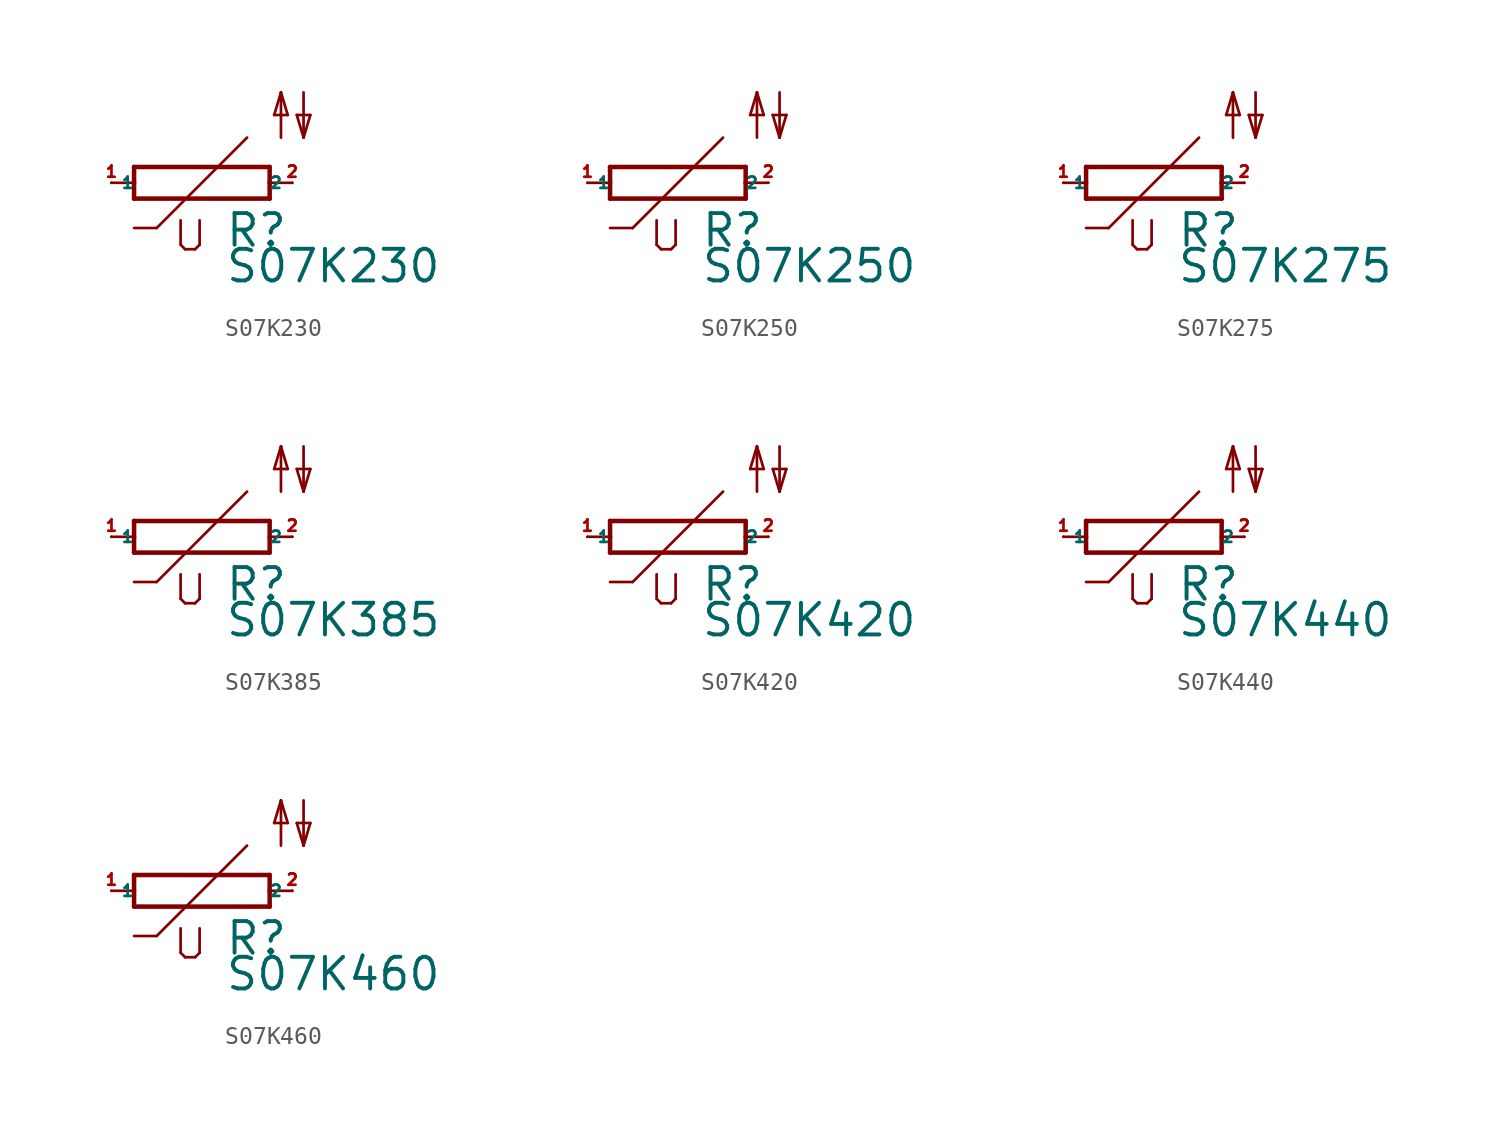
<source format=kicad_sym>
(kicad_symbol_lib
  (version 20220914)
  (generator Eagle2Kicad)
  (symbol "S07K230"
    (property "Reference" "R"
      (at 1.27 -3.708 0)
      (effects (font (size 1.778 1.778) (thickness 0.22)) (justify left bottom)))
    (property "Value" "S07K230"
      (at 1.27 -5.715 0)
      (effects (font (size 1.778 1.778) (thickness 0.22)) (justify left bottom)))
    (polyline
      (pts (xy -3.81 -0.889) (xy 3.81 -0.889))
      (stroke (width 0.254) (type default))
      (fill (type none)))
    (polyline
      (pts (xy 3.81 -0.889) (xy 3.81 0))
      (stroke (width 0.254) (type default))
      (fill (type none)))
    (polyline
      (pts (xy 3.81 0.889) (xy -3.81 0.889))
      (stroke (width 0.254) (type default))
      (fill (type none)))
    (polyline
      (pts (xy -3.81 -0.889) (xy -3.81 0))
      (stroke (width 0.254) (type default))
      (fill (type none)))
    (polyline
      (pts (xy 3.81 0) (xy 5.08 0))
      (stroke (width 0.152) (type default))
      (fill (type none)))
    (polyline
      (pts (xy 3.81 0) (xy 3.81 0.889))
      (stroke (width 0.254) (type default))
      (fill (type none)))
    (polyline
      (pts (xy -5.08 0) (xy -3.81 0))
      (stroke (width 0.152) (type default))
      (fill (type none)))
    (polyline
      (pts (xy -3.81 0) (xy -3.81 0.889))
      (stroke (width 0.254) (type default))
      (fill (type none)))
    (polyline
      (pts (xy 2.54 2.54) (xy -2.54 -2.54))
      (stroke (width 0.152) (type default))
      (fill (type none)))
    (polyline
      (pts (xy -2.54 -2.54) (xy -3.81 -2.54))
      (stroke (width 0.152) (type default))
      (fill (type none)))
    (polyline
      (pts (xy -1.194 -2.108) (xy -1.194 -3.48))
      (stroke (width 0.152) (type default))
      (fill (type none)))
    (polyline
      (pts (xy -0.94 -3.734) (xy -1.194 -3.48))
      (stroke (width 0.152) (type default))
      (fill (type none)))
    (polyline
      (pts (xy -0.94 -3.734) (xy -0.381 -3.734))
      (stroke (width 0.152) (type default))
      (fill (type none)))
    (polyline
      (pts (xy -0.127 -3.48) (xy -0.381 -3.734))
      (stroke (width 0.152) (type default))
      (fill (type none)))
    (polyline
      (pts (xy -0.127 -3.48) (xy -0.127 -2.108))
      (stroke (width 0.152) (type default))
      (fill (type none)))
    (polyline
      (pts (xy 5.715 5.08) (xy 5.715 2.54))
      (stroke (width 0.152) (type default))
      (fill (type none)))
    (polyline
      (pts (xy 5.715 2.54) (xy 6.096 3.81))
      (stroke (width 0.152) (type default))
      (fill (type none)))
    (polyline
      (pts (xy 6.096 3.81) (xy 5.334 3.81))
      (stroke (width 0.152) (type default))
      (fill (type none)))
    (polyline
      (pts (xy 5.334 3.81) (xy 5.715 2.54))
      (stroke (width 0.152) (type default))
      (fill (type none)))
    (polyline
      (pts (xy 4.445 2.54) (xy 4.445 5.08))
      (stroke (width 0.152) (type default))
      (fill (type none)))
    (polyline
      (pts (xy 4.445 5.08) (xy 4.826 3.81))
      (stroke (width 0.152) (type default))
      (fill (type none)))
    (polyline
      (pts (xy 4.826 3.81) (xy 4.064 3.81))
      (stroke (width 0.152) (type default))
      (fill (type none)))
    (polyline
      (pts (xy 4.064 3.81) (xy 4.445 5.08))
      (stroke (width 0.152) (type default))
      (fill (type none)))
    (pin passive line
      (at 5.08 0 180)
      (length 0)
      (name "2" (effects (font (size 0.635 0.635) (thickness 0.08)) (justify left bottom)))
      (number "2" (effects (font (size 0.635 0.635) (thickness 0.08)) (justify left bottom))))
    (pin passive line
      (at -5.08 0 0)
      (length 0)
      (name "1" (effects (font (size 0.635 0.635) (thickness 0.08)) (justify left bottom)))
      (number "1" (effects (font (size 0.635 0.635) (thickness 0.08)) (justify left bottom)))))
  (symbol "S07K250"
    (property "Reference" "R"
      (at 1.27 -3.708 0)
      (effects (font (size 1.778 1.778) (thickness 0.22)) (justify left bottom)))
    (property "Value" "S07K250"
      (at 1.27 -5.715 0)
      (effects (font (size 1.778 1.778) (thickness 0.22)) (justify left bottom)))
    (polyline
      (pts (xy -3.81 -0.889) (xy 3.81 -0.889))
      (stroke (width 0.254) (type default))
      (fill (type none)))
    (polyline
      (pts (xy 3.81 -0.889) (xy 3.81 0))
      (stroke (width 0.254) (type default))
      (fill (type none)))
    (polyline
      (pts (xy 3.81 0.889) (xy -3.81 0.889))
      (stroke (width 0.254) (type default))
      (fill (type none)))
    (polyline
      (pts (xy -3.81 -0.889) (xy -3.81 0))
      (stroke (width 0.254) (type default))
      (fill (type none)))
    (polyline
      (pts (xy 3.81 0) (xy 5.08 0))
      (stroke (width 0.152) (type default))
      (fill (type none)))
    (polyline
      (pts (xy 3.81 0) (xy 3.81 0.889))
      (stroke (width 0.254) (type default))
      (fill (type none)))
    (polyline
      (pts (xy -5.08 0) (xy -3.81 0))
      (stroke (width 0.152) (type default))
      (fill (type none)))
    (polyline
      (pts (xy -3.81 0) (xy -3.81 0.889))
      (stroke (width 0.254) (type default))
      (fill (type none)))
    (polyline
      (pts (xy 2.54 2.54) (xy -2.54 -2.54))
      (stroke (width 0.152) (type default))
      (fill (type none)))
    (polyline
      (pts (xy -2.54 -2.54) (xy -3.81 -2.54))
      (stroke (width 0.152) (type default))
      (fill (type none)))
    (polyline
      (pts (xy -1.194 -2.108) (xy -1.194 -3.48))
      (stroke (width 0.152) (type default))
      (fill (type none)))
    (polyline
      (pts (xy -0.94 -3.734) (xy -1.194 -3.48))
      (stroke (width 0.152) (type default))
      (fill (type none)))
    (polyline
      (pts (xy -0.94 -3.734) (xy -0.381 -3.734))
      (stroke (width 0.152) (type default))
      (fill (type none)))
    (polyline
      (pts (xy -0.127 -3.48) (xy -0.381 -3.734))
      (stroke (width 0.152) (type default))
      (fill (type none)))
    (polyline
      (pts (xy -0.127 -3.48) (xy -0.127 -2.108))
      (stroke (width 0.152) (type default))
      (fill (type none)))
    (polyline
      (pts (xy 5.715 5.08) (xy 5.715 2.54))
      (stroke (width 0.152) (type default))
      (fill (type none)))
    (polyline
      (pts (xy 5.715 2.54) (xy 6.096 3.81))
      (stroke (width 0.152) (type default))
      (fill (type none)))
    (polyline
      (pts (xy 6.096 3.81) (xy 5.334 3.81))
      (stroke (width 0.152) (type default))
      (fill (type none)))
    (polyline
      (pts (xy 5.334 3.81) (xy 5.715 2.54))
      (stroke (width 0.152) (type default))
      (fill (type none)))
    (polyline
      (pts (xy 4.445 2.54) (xy 4.445 5.08))
      (stroke (width 0.152) (type default))
      (fill (type none)))
    (polyline
      (pts (xy 4.445 5.08) (xy 4.826 3.81))
      (stroke (width 0.152) (type default))
      (fill (type none)))
    (polyline
      (pts (xy 4.826 3.81) (xy 4.064 3.81))
      (stroke (width 0.152) (type default))
      (fill (type none)))
    (polyline
      (pts (xy 4.064 3.81) (xy 4.445 5.08))
      (stroke (width 0.152) (type default))
      (fill (type none)))
    (pin passive line
      (at 5.08 0 180)
      (length 0)
      (name "2" (effects (font (size 0.635 0.635) (thickness 0.08)) (justify left bottom)))
      (number "2" (effects (font (size 0.635 0.635) (thickness 0.08)) (justify left bottom))))
    (pin passive line
      (at -5.08 0 0)
      (length 0)
      (name "1" (effects (font (size 0.635 0.635) (thickness 0.08)) (justify left bottom)))
      (number "1" (effects (font (size 0.635 0.635) (thickness 0.08)) (justify left bottom)))))
  (symbol "S07K275"
    (property "Reference" "R"
      (at 1.27 -3.708 0)
      (effects (font (size 1.778 1.778) (thickness 0.22)) (justify left bottom)))
    (property "Value" "S07K275"
      (at 1.27 -5.715 0)
      (effects (font (size 1.778 1.778) (thickness 0.22)) (justify left bottom)))
    (polyline
      (pts (xy -3.81 -0.889) (xy 3.81 -0.889))
      (stroke (width 0.254) (type default))
      (fill (type none)))
    (polyline
      (pts (xy 3.81 -0.889) (xy 3.81 0))
      (stroke (width 0.254) (type default))
      (fill (type none)))
    (polyline
      (pts (xy 3.81 0.889) (xy -3.81 0.889))
      (stroke (width 0.254) (type default))
      (fill (type none)))
    (polyline
      (pts (xy -3.81 -0.889) (xy -3.81 0))
      (stroke (width 0.254) (type default))
      (fill (type none)))
    (polyline
      (pts (xy 3.81 0) (xy 5.08 0))
      (stroke (width 0.152) (type default))
      (fill (type none)))
    (polyline
      (pts (xy 3.81 0) (xy 3.81 0.889))
      (stroke (width 0.254) (type default))
      (fill (type none)))
    (polyline
      (pts (xy -5.08 0) (xy -3.81 0))
      (stroke (width 0.152) (type default))
      (fill (type none)))
    (polyline
      (pts (xy -3.81 0) (xy -3.81 0.889))
      (stroke (width 0.254) (type default))
      (fill (type none)))
    (polyline
      (pts (xy 2.54 2.54) (xy -2.54 -2.54))
      (stroke (width 0.152) (type default))
      (fill (type none)))
    (polyline
      (pts (xy -2.54 -2.54) (xy -3.81 -2.54))
      (stroke (width 0.152) (type default))
      (fill (type none)))
    (polyline
      (pts (xy -1.194 -2.108) (xy -1.194 -3.48))
      (stroke (width 0.152) (type default))
      (fill (type none)))
    (polyline
      (pts (xy -0.94 -3.734) (xy -1.194 -3.48))
      (stroke (width 0.152) (type default))
      (fill (type none)))
    (polyline
      (pts (xy -0.94 -3.734) (xy -0.381 -3.734))
      (stroke (width 0.152) (type default))
      (fill (type none)))
    (polyline
      (pts (xy -0.127 -3.48) (xy -0.381 -3.734))
      (stroke (width 0.152) (type default))
      (fill (type none)))
    (polyline
      (pts (xy -0.127 -3.48) (xy -0.127 -2.108))
      (stroke (width 0.152) (type default))
      (fill (type none)))
    (polyline
      (pts (xy 5.715 5.08) (xy 5.715 2.54))
      (stroke (width 0.152) (type default))
      (fill (type none)))
    (polyline
      (pts (xy 5.715 2.54) (xy 6.096 3.81))
      (stroke (width 0.152) (type default))
      (fill (type none)))
    (polyline
      (pts (xy 6.096 3.81) (xy 5.334 3.81))
      (stroke (width 0.152) (type default))
      (fill (type none)))
    (polyline
      (pts (xy 5.334 3.81) (xy 5.715 2.54))
      (stroke (width 0.152) (type default))
      (fill (type none)))
    (polyline
      (pts (xy 4.445 2.54) (xy 4.445 5.08))
      (stroke (width 0.152) (type default))
      (fill (type none)))
    (polyline
      (pts (xy 4.445 5.08) (xy 4.826 3.81))
      (stroke (width 0.152) (type default))
      (fill (type none)))
    (polyline
      (pts (xy 4.826 3.81) (xy 4.064 3.81))
      (stroke (width 0.152) (type default))
      (fill (type none)))
    (polyline
      (pts (xy 4.064 3.81) (xy 4.445 5.08))
      (stroke (width 0.152) (type default))
      (fill (type none)))
    (pin passive line
      (at 5.08 0 180)
      (length 0)
      (name "2" (effects (font (size 0.635 0.635) (thickness 0.08)) (justify left bottom)))
      (number "2" (effects (font (size 0.635 0.635) (thickness 0.08)) (justify left bottom))))
    (pin passive line
      (at -5.08 0 0)
      (length 0)
      (name "1" (effects (font (size 0.635 0.635) (thickness 0.08)) (justify left bottom)))
      (number "1" (effects (font (size 0.635 0.635) (thickness 0.08)) (justify left bottom)))))
  (symbol "S07K385"
    (property "Reference" "R"
      (at 1.27 -3.708 0)
      (effects (font (size 1.778 1.778) (thickness 0.22)) (justify left bottom)))
    (property "Value" "S07K385"
      (at 1.27 -5.715 0)
      (effects (font (size 1.778 1.778) (thickness 0.22)) (justify left bottom)))
    (polyline
      (pts (xy -3.81 -0.889) (xy 3.81 -0.889))
      (stroke (width 0.254) (type default))
      (fill (type none)))
    (polyline
      (pts (xy 3.81 -0.889) (xy 3.81 0))
      (stroke (width 0.254) (type default))
      (fill (type none)))
    (polyline
      (pts (xy 3.81 0.889) (xy -3.81 0.889))
      (stroke (width 0.254) (type default))
      (fill (type none)))
    (polyline
      (pts (xy -3.81 -0.889) (xy -3.81 0))
      (stroke (width 0.254) (type default))
      (fill (type none)))
    (polyline
      (pts (xy 3.81 0) (xy 5.08 0))
      (stroke (width 0.152) (type default))
      (fill (type none)))
    (polyline
      (pts (xy 3.81 0) (xy 3.81 0.889))
      (stroke (width 0.254) (type default))
      (fill (type none)))
    (polyline
      (pts (xy -5.08 0) (xy -3.81 0))
      (stroke (width 0.152) (type default))
      (fill (type none)))
    (polyline
      (pts (xy -3.81 0) (xy -3.81 0.889))
      (stroke (width 0.254) (type default))
      (fill (type none)))
    (polyline
      (pts (xy 2.54 2.54) (xy -2.54 -2.54))
      (stroke (width 0.152) (type default))
      (fill (type none)))
    (polyline
      (pts (xy -2.54 -2.54) (xy -3.81 -2.54))
      (stroke (width 0.152) (type default))
      (fill (type none)))
    (polyline
      (pts (xy -1.194 -2.108) (xy -1.194 -3.48))
      (stroke (width 0.152) (type default))
      (fill (type none)))
    (polyline
      (pts (xy -0.94 -3.734) (xy -1.194 -3.48))
      (stroke (width 0.152) (type default))
      (fill (type none)))
    (polyline
      (pts (xy -0.94 -3.734) (xy -0.381 -3.734))
      (stroke (width 0.152) (type default))
      (fill (type none)))
    (polyline
      (pts (xy -0.127 -3.48) (xy -0.381 -3.734))
      (stroke (width 0.152) (type default))
      (fill (type none)))
    (polyline
      (pts (xy -0.127 -3.48) (xy -0.127 -2.108))
      (stroke (width 0.152) (type default))
      (fill (type none)))
    (polyline
      (pts (xy 5.715 5.08) (xy 5.715 2.54))
      (stroke (width 0.152) (type default))
      (fill (type none)))
    (polyline
      (pts (xy 5.715 2.54) (xy 6.096 3.81))
      (stroke (width 0.152) (type default))
      (fill (type none)))
    (polyline
      (pts (xy 6.096 3.81) (xy 5.334 3.81))
      (stroke (width 0.152) (type default))
      (fill (type none)))
    (polyline
      (pts (xy 5.334 3.81) (xy 5.715 2.54))
      (stroke (width 0.152) (type default))
      (fill (type none)))
    (polyline
      (pts (xy 4.445 2.54) (xy 4.445 5.08))
      (stroke (width 0.152) (type default))
      (fill (type none)))
    (polyline
      (pts (xy 4.445 5.08) (xy 4.826 3.81))
      (stroke (width 0.152) (type default))
      (fill (type none)))
    (polyline
      (pts (xy 4.826 3.81) (xy 4.064 3.81))
      (stroke (width 0.152) (type default))
      (fill (type none)))
    (polyline
      (pts (xy 4.064 3.81) (xy 4.445 5.08))
      (stroke (width 0.152) (type default))
      (fill (type none)))
    (pin passive line
      (at 5.08 0 180)
      (length 0)
      (name "2" (effects (font (size 0.635 0.635) (thickness 0.08)) (justify left bottom)))
      (number "2" (effects (font (size 0.635 0.635) (thickness 0.08)) (justify left bottom))))
    (pin passive line
      (at -5.08 0 0)
      (length 0)
      (name "1" (effects (font (size 0.635 0.635) (thickness 0.08)) (justify left bottom)))
      (number "1" (effects (font (size 0.635 0.635) (thickness 0.08)) (justify left bottom)))))
  (symbol "S07K420"
    (property "Reference" "R"
      (at 1.27 -3.708 0)
      (effects (font (size 1.778 1.778) (thickness 0.22)) (justify left bottom)))
    (property "Value" "S07K420"
      (at 1.27 -5.715 0)
      (effects (font (size 1.778 1.778) (thickness 0.22)) (justify left bottom)))
    (polyline
      (pts (xy -3.81 -0.889) (xy 3.81 -0.889))
      (stroke (width 0.254) (type default))
      (fill (type none)))
    (polyline
      (pts (xy 3.81 -0.889) (xy 3.81 0))
      (stroke (width 0.254) (type default))
      (fill (type none)))
    (polyline
      (pts (xy 3.81 0.889) (xy -3.81 0.889))
      (stroke (width 0.254) (type default))
      (fill (type none)))
    (polyline
      (pts (xy -3.81 -0.889) (xy -3.81 0))
      (stroke (width 0.254) (type default))
      (fill (type none)))
    (polyline
      (pts (xy 3.81 0) (xy 5.08 0))
      (stroke (width 0.152) (type default))
      (fill (type none)))
    (polyline
      (pts (xy 3.81 0) (xy 3.81 0.889))
      (stroke (width 0.254) (type default))
      (fill (type none)))
    (polyline
      (pts (xy -5.08 0) (xy -3.81 0))
      (stroke (width 0.152) (type default))
      (fill (type none)))
    (polyline
      (pts (xy -3.81 0) (xy -3.81 0.889))
      (stroke (width 0.254) (type default))
      (fill (type none)))
    (polyline
      (pts (xy 2.54 2.54) (xy -2.54 -2.54))
      (stroke (width 0.152) (type default))
      (fill (type none)))
    (polyline
      (pts (xy -2.54 -2.54) (xy -3.81 -2.54))
      (stroke (width 0.152) (type default))
      (fill (type none)))
    (polyline
      (pts (xy -1.194 -2.108) (xy -1.194 -3.48))
      (stroke (width 0.152) (type default))
      (fill (type none)))
    (polyline
      (pts (xy -0.94 -3.734) (xy -1.194 -3.48))
      (stroke (width 0.152) (type default))
      (fill (type none)))
    (polyline
      (pts (xy -0.94 -3.734) (xy -0.381 -3.734))
      (stroke (width 0.152) (type default))
      (fill (type none)))
    (polyline
      (pts (xy -0.127 -3.48) (xy -0.381 -3.734))
      (stroke (width 0.152) (type default))
      (fill (type none)))
    (polyline
      (pts (xy -0.127 -3.48) (xy -0.127 -2.108))
      (stroke (width 0.152) (type default))
      (fill (type none)))
    (polyline
      (pts (xy 5.715 5.08) (xy 5.715 2.54))
      (stroke (width 0.152) (type default))
      (fill (type none)))
    (polyline
      (pts (xy 5.715 2.54) (xy 6.096 3.81))
      (stroke (width 0.152) (type default))
      (fill (type none)))
    (polyline
      (pts (xy 6.096 3.81) (xy 5.334 3.81))
      (stroke (width 0.152) (type default))
      (fill (type none)))
    (polyline
      (pts (xy 5.334 3.81) (xy 5.715 2.54))
      (stroke (width 0.152) (type default))
      (fill (type none)))
    (polyline
      (pts (xy 4.445 2.54) (xy 4.445 5.08))
      (stroke (width 0.152) (type default))
      (fill (type none)))
    (polyline
      (pts (xy 4.445 5.08) (xy 4.826 3.81))
      (stroke (width 0.152) (type default))
      (fill (type none)))
    (polyline
      (pts (xy 4.826 3.81) (xy 4.064 3.81))
      (stroke (width 0.152) (type default))
      (fill (type none)))
    (polyline
      (pts (xy 4.064 3.81) (xy 4.445 5.08))
      (stroke (width 0.152) (type default))
      (fill (type none)))
    (pin passive line
      (at 5.08 0 180)
      (length 0)
      (name "2" (effects (font (size 0.635 0.635) (thickness 0.08)) (justify left bottom)))
      (number "2" (effects (font (size 0.635 0.635) (thickness 0.08)) (justify left bottom))))
    (pin passive line
      (at -5.08 0 0)
      (length 0)
      (name "1" (effects (font (size 0.635 0.635) (thickness 0.08)) (justify left bottom)))
      (number "1" (effects (font (size 0.635 0.635) (thickness 0.08)) (justify left bottom)))))
  (symbol "S07K440"
    (property "Reference" "R"
      (at 1.27 -3.708 0)
      (effects (font (size 1.778 1.778) (thickness 0.22)) (justify left bottom)))
    (property "Value" "S07K440"
      (at 1.27 -5.715 0)
      (effects (font (size 1.778 1.778) (thickness 0.22)) (justify left bottom)))
    (polyline
      (pts (xy -3.81 -0.889) (xy 3.81 -0.889))
      (stroke (width 0.254) (type default))
      (fill (type none)))
    (polyline
      (pts (xy 3.81 -0.889) (xy 3.81 0))
      (stroke (width 0.254) (type default))
      (fill (type none)))
    (polyline
      (pts (xy 3.81 0.889) (xy -3.81 0.889))
      (stroke (width 0.254) (type default))
      (fill (type none)))
    (polyline
      (pts (xy -3.81 -0.889) (xy -3.81 0))
      (stroke (width 0.254) (type default))
      (fill (type none)))
    (polyline
      (pts (xy 3.81 0) (xy 5.08 0))
      (stroke (width 0.152) (type default))
      (fill (type none)))
    (polyline
      (pts (xy 3.81 0) (xy 3.81 0.889))
      (stroke (width 0.254) (type default))
      (fill (type none)))
    (polyline
      (pts (xy -5.08 0) (xy -3.81 0))
      (stroke (width 0.152) (type default))
      (fill (type none)))
    (polyline
      (pts (xy -3.81 0) (xy -3.81 0.889))
      (stroke (width 0.254) (type default))
      (fill (type none)))
    (polyline
      (pts (xy 2.54 2.54) (xy -2.54 -2.54))
      (stroke (width 0.152) (type default))
      (fill (type none)))
    (polyline
      (pts (xy -2.54 -2.54) (xy -3.81 -2.54))
      (stroke (width 0.152) (type default))
      (fill (type none)))
    (polyline
      (pts (xy -1.194 -2.108) (xy -1.194 -3.48))
      (stroke (width 0.152) (type default))
      (fill (type none)))
    (polyline
      (pts (xy -0.94 -3.734) (xy -1.194 -3.48))
      (stroke (width 0.152) (type default))
      (fill (type none)))
    (polyline
      (pts (xy -0.94 -3.734) (xy -0.381 -3.734))
      (stroke (width 0.152) (type default))
      (fill (type none)))
    (polyline
      (pts (xy -0.127 -3.48) (xy -0.381 -3.734))
      (stroke (width 0.152) (type default))
      (fill (type none)))
    (polyline
      (pts (xy -0.127 -3.48) (xy -0.127 -2.108))
      (stroke (width 0.152) (type default))
      (fill (type none)))
    (polyline
      (pts (xy 5.715 5.08) (xy 5.715 2.54))
      (stroke (width 0.152) (type default))
      (fill (type none)))
    (polyline
      (pts (xy 5.715 2.54) (xy 6.096 3.81))
      (stroke (width 0.152) (type default))
      (fill (type none)))
    (polyline
      (pts (xy 6.096 3.81) (xy 5.334 3.81))
      (stroke (width 0.152) (type default))
      (fill (type none)))
    (polyline
      (pts (xy 5.334 3.81) (xy 5.715 2.54))
      (stroke (width 0.152) (type default))
      (fill (type none)))
    (polyline
      (pts (xy 4.445 2.54) (xy 4.445 5.08))
      (stroke (width 0.152) (type default))
      (fill (type none)))
    (polyline
      (pts (xy 4.445 5.08) (xy 4.826 3.81))
      (stroke (width 0.152) (type default))
      (fill (type none)))
    (polyline
      (pts (xy 4.826 3.81) (xy 4.064 3.81))
      (stroke (width 0.152) (type default))
      (fill (type none)))
    (polyline
      (pts (xy 4.064 3.81) (xy 4.445 5.08))
      (stroke (width 0.152) (type default))
      (fill (type none)))
    (pin passive line
      (at 5.08 0 180)
      (length 0)
      (name "2" (effects (font (size 0.635 0.635) (thickness 0.08)) (justify left bottom)))
      (number "2" (effects (font (size 0.635 0.635) (thickness 0.08)) (justify left bottom))))
    (pin passive line
      (at -5.08 0 0)
      (length 0)
      (name "1" (effects (font (size 0.635 0.635) (thickness 0.08)) (justify left bottom)))
      (number "1" (effects (font (size 0.635 0.635) (thickness 0.08)) (justify left bottom)))))
  (symbol "S07K460"
    (property "Reference" "R"
      (at 1.27 -3.708 0)
      (effects (font (size 1.778 1.778) (thickness 0.22)) (justify left bottom)))
    (property "Value" "S07K460"
      (at 1.27 -5.715 0)
      (effects (font (size 1.778 1.778) (thickness 0.22)) (justify left bottom)))
    (polyline
      (pts (xy -3.81 -0.889) (xy 3.81 -0.889))
      (stroke (width 0.254) (type default))
      (fill (type none)))
    (polyline
      (pts (xy 3.81 -0.889) (xy 3.81 0))
      (stroke (width 0.254) (type default))
      (fill (type none)))
    (polyline
      (pts (xy 3.81 0.889) (xy -3.81 0.889))
      (stroke (width 0.254) (type default))
      (fill (type none)))
    (polyline
      (pts (xy -3.81 -0.889) (xy -3.81 0))
      (stroke (width 0.254) (type default))
      (fill (type none)))
    (polyline
      (pts (xy 3.81 0) (xy 5.08 0))
      (stroke (width 0.152) (type default))
      (fill (type none)))
    (polyline
      (pts (xy 3.81 0) (xy 3.81 0.889))
      (stroke (width 0.254) (type default))
      (fill (type none)))
    (polyline
      (pts (xy -5.08 0) (xy -3.81 0))
      (stroke (width 0.152) (type default))
      (fill (type none)))
    (polyline
      (pts (xy -3.81 0) (xy -3.81 0.889))
      (stroke (width 0.254) (type default))
      (fill (type none)))
    (polyline
      (pts (xy 2.54 2.54) (xy -2.54 -2.54))
      (stroke (width 0.152) (type default))
      (fill (type none)))
    (polyline
      (pts (xy -2.54 -2.54) (xy -3.81 -2.54))
      (stroke (width 0.152) (type default))
      (fill (type none)))
    (polyline
      (pts (xy -1.194 -2.108) (xy -1.194 -3.48))
      (stroke (width 0.152) (type default))
      (fill (type none)))
    (polyline
      (pts (xy -0.94 -3.734) (xy -1.194 -3.48))
      (stroke (width 0.152) (type default))
      (fill (type none)))
    (polyline
      (pts (xy -0.94 -3.734) (xy -0.381 -3.734))
      (stroke (width 0.152) (type default))
      (fill (type none)))
    (polyline
      (pts (xy -0.127 -3.48) (xy -0.381 -3.734))
      (stroke (width 0.152) (type default))
      (fill (type none)))
    (polyline
      (pts (xy -0.127 -3.48) (xy -0.127 -2.108))
      (stroke (width 0.152) (type default))
      (fill (type none)))
    (polyline
      (pts (xy 5.715 5.08) (xy 5.715 2.54))
      (stroke (width 0.152) (type default))
      (fill (type none)))
    (polyline
      (pts (xy 5.715 2.54) (xy 6.096 3.81))
      (stroke (width 0.152) (type default))
      (fill (type none)))
    (polyline
      (pts (xy 6.096 3.81) (xy 5.334 3.81))
      (stroke (width 0.152) (type default))
      (fill (type none)))
    (polyline
      (pts (xy 5.334 3.81) (xy 5.715 2.54))
      (stroke (width 0.152) (type default))
      (fill (type none)))
    (polyline
      (pts (xy 4.445 2.54) (xy 4.445 5.08))
      (stroke (width 0.152) (type default))
      (fill (type none)))
    (polyline
      (pts (xy 4.445 5.08) (xy 4.826 3.81))
      (stroke (width 0.152) (type default))
      (fill (type none)))
    (polyline
      (pts (xy 4.826 3.81) (xy 4.064 3.81))
      (stroke (width 0.152) (type default))
      (fill (type none)))
    (polyline
      (pts (xy 4.064 3.81) (xy 4.445 5.08))
      (stroke (width 0.152) (type default))
      (fill (type none)))
    (pin passive line
      (at 5.08 0 180)
      (length 0)
      (name "2" (effects (font (size 0.635 0.635) (thickness 0.08)) (justify left bottom)))
      (number "2" (effects (font (size 0.635 0.635) (thickness 0.08)) (justify left bottom))))
    (pin passive line
      (at -5.08 0 0)
      (length 0)
      (name "1" (effects (font (size 0.635 0.635) (thickness 0.08)) (justify left bottom)))
      (number "1" (effects (font (size 0.635 0.635) (thickness 0.08)) (justify left bottom))))))
</source>
